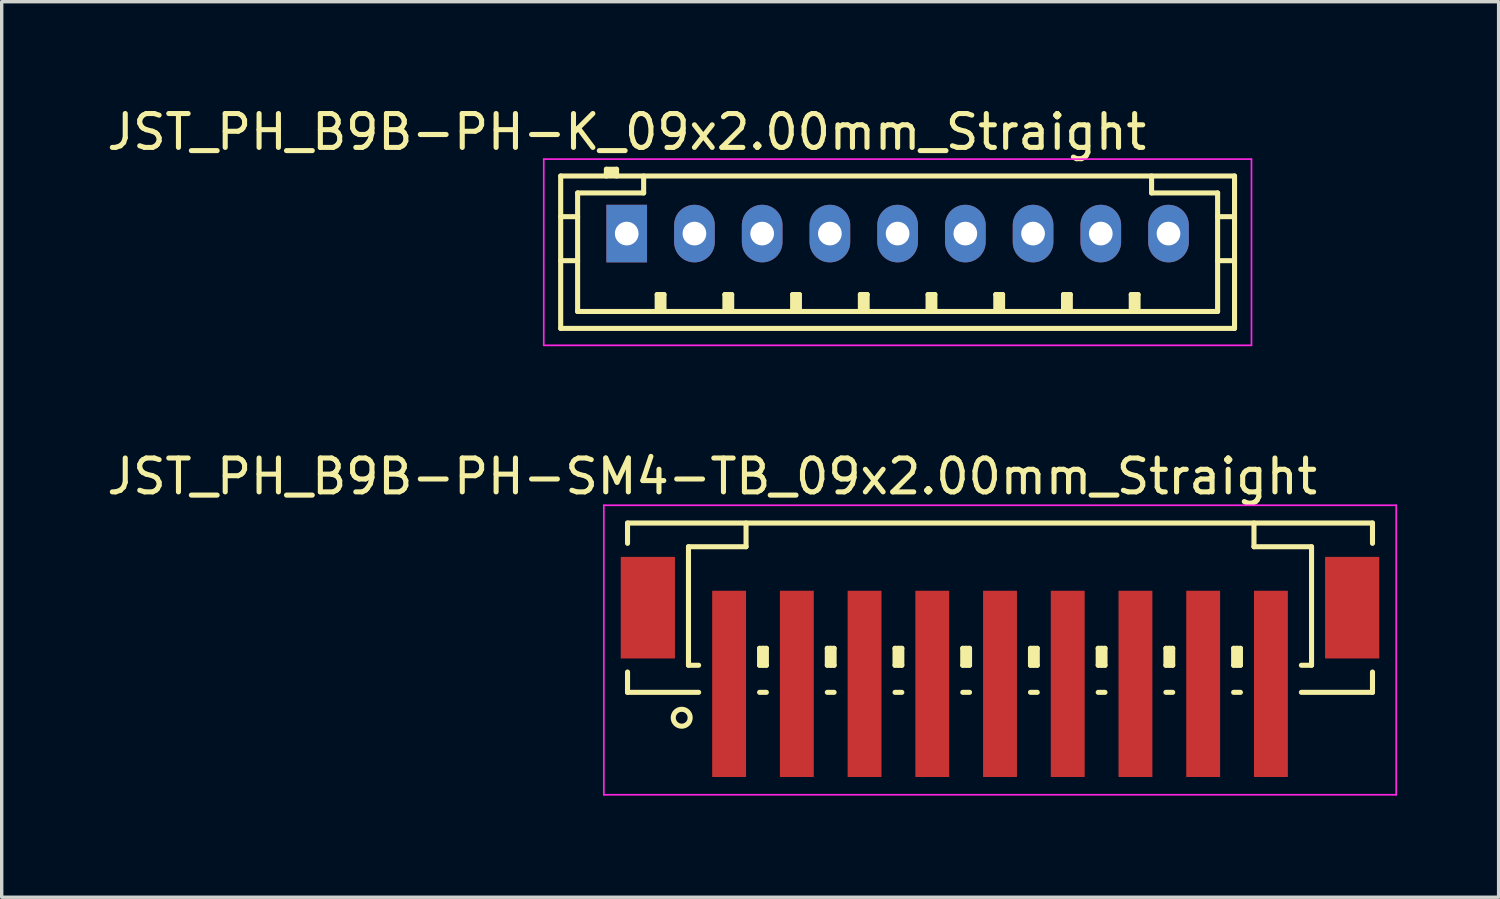
<source format=kicad_pcb>
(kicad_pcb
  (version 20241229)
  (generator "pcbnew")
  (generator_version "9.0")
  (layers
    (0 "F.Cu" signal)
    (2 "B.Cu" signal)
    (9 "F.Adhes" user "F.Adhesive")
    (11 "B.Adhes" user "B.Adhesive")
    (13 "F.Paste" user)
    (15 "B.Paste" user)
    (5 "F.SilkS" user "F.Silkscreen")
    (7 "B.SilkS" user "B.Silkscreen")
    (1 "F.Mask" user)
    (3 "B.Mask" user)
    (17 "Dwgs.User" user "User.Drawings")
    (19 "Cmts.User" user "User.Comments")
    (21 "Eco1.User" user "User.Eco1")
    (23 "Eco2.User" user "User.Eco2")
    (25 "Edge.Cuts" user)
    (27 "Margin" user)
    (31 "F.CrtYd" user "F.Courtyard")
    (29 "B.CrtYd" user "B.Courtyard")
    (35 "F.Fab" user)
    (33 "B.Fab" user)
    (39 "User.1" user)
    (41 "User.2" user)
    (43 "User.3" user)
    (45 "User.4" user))
  (footprint "JST_PH_B9B-PH-K_09x2.00mm_Straight"
    (layer "F.Cu")
    (at 15.458 3.848)
    (property "Reference" "JST_PH_B9B-PH-K_09x2.00mm_Straight" (at 0 -3 0) (layer "F.SilkS") (effects (font (size 1 1) (thickness 0.15))))
    (attr through_hole)
    (fp_line (start -1.95 -1.7) (end 17.95 -1.7) (stroke (width 0.15) (type solid)) (layer "F.SilkS"))
    (fp_line (start -1.95 -0.5) (end -1.45 -0.5) (stroke (width 0.15) (type solid)) (layer "F.SilkS"))
    (fp_line (start -1.95 0.8) (end -1.45 0.8) (stroke (width 0.15) (type solid)) (layer "F.SilkS"))
    (fp_line (start -1.95 2.8) (end -1.95 -1.7) (stroke (width 0.15) (type solid)) (layer "F.SilkS"))
    (fp_line (start -1.45 -1.2) (end -1.45 2.3) (stroke (width 0.15) (type solid)) (layer "F.SilkS"))
    (fp_line (start -1.45 2.3) (end 17.45 2.3) (stroke (width 0.15) (type solid)) (layer "F.SilkS"))
    (fp_line (start -0.6 -1.9) (end -0.6 -1.7) (stroke (width 0.15) (type solid)) (layer "F.SilkS"))
    (fp_line (start -0.3 -1.9) (end -0.6 -1.9) (stroke (width 0.15) (type solid)) (layer "F.SilkS"))
    (fp_line (start -0.3 -1.8) (end -0.6 -1.8) (stroke (width 0.15) (type solid)) (layer "F.SilkS"))
    (fp_line (start -0.3 -1.7) (end -0.3 -1.9) (stroke (width 0.15) (type solid)) (layer "F.SilkS"))
    (fp_line (start 0.5 -1.7) (end 0.5 -1.2) (stroke (width 0.15) (type solid)) (layer "F.SilkS"))
    (fp_line (start 0.5 -1.2) (end -1.45 -1.2) (stroke (width 0.15) (type solid)) (layer "F.SilkS"))
    (fp_line (start 0.9 1.8) (end 1.1 1.8) (stroke (width 0.15) (type solid)) (layer "F.SilkS"))
    (fp_line (start 0.9 2.3) (end 0.9 1.8) (stroke (width 0.15) (type solid)) (layer "F.SilkS"))
    (fp_line (start 1 2.3) (end 1 1.8) (stroke (width 0.15) (type solid)) (layer "F.SilkS"))
    (fp_line (start 1.1 1.8) (end 1.1 2.3) (stroke (width 0.15) (type solid)) (layer "F.SilkS"))
    (fp_line (start 2.9 1.8) (end 3.1 1.8) (stroke (width 0.15) (type solid)) (layer "F.SilkS"))
    (fp_line (start 2.9 2.3) (end 2.9 1.8) (stroke (width 0.15) (type solid)) (layer "F.SilkS"))
    (fp_line (start 3 2.3) (end 3 1.8) (stroke (width 0.15) (type solid)) (layer "F.SilkS"))
    (fp_line (start 3.1 1.8) (end 3.1 2.3) (stroke (width 0.15) (type solid)) (layer "F.SilkS"))
    (fp_line (start 4.9 1.8) (end 5.1 1.8) (stroke (width 0.15) (type solid)) (layer "F.SilkS"))
    (fp_line (start 4.9 2.3) (end 4.9 1.8) (stroke (width 0.15) (type solid)) (layer "F.SilkS"))
    (fp_line (start 5 2.3) (end 5 1.8) (stroke (width 0.15) (type solid)) (layer "F.SilkS"))
    (fp_line (start 5.1 1.8) (end 5.1 2.3) (stroke (width 0.15) (type solid)) (layer "F.SilkS"))
    (fp_line (start 6.9 1.8) (end 7.1 1.8) (stroke (width 0.15) (type solid)) (layer "F.SilkS"))
    (fp_line (start 6.9 2.3) (end 6.9 1.8) (stroke (width 0.15) (type solid)) (layer "F.SilkS"))
    (fp_line (start 7 2.3) (end 7 1.8) (stroke (width 0.15) (type solid)) (layer "F.SilkS"))
    (fp_line (start 7.1 1.8) (end 7.1 2.3) (stroke (width 0.15) (type solid)) (layer "F.SilkS"))
    (fp_line (start 8.9 1.8) (end 9.1 1.8) (stroke (width 0.15) (type solid)) (layer "F.SilkS"))
    (fp_line (start 8.9 2.3) (end 8.9 1.8) (stroke (width 0.15) (type solid)) (layer "F.SilkS"))
    (fp_line (start 9 2.3) (end 9 1.8) (stroke (width 0.15) (type solid)) (layer "F.SilkS"))
    (fp_line (start 9.1 1.8) (end 9.1 2.3) (stroke (width 0.15) (type solid)) (layer "F.SilkS"))
    (fp_line (start 10.9 1.8) (end 11.1 1.8) (stroke (width 0.15) (type solid)) (layer "F.SilkS"))
    (fp_line (start 10.9 2.3) (end 10.9 1.8) (stroke (width 0.15) (type solid)) (layer "F.SilkS"))
    (fp_line (start 11 2.3) (end 11 1.8) (stroke (width 0.15) (type solid)) (layer "F.SilkS"))
    (fp_line (start 11.1 1.8) (end 11.1 2.3) (stroke (width 0.15) (type solid)) (layer "F.SilkS"))
    (fp_line (start 12.9 1.8) (end 13.1 1.8) (stroke (width 0.15) (type solid)) (layer "F.SilkS"))
    (fp_line (start 12.9 2.3) (end 12.9 1.8) (stroke (width 0.15) (type solid)) (layer "F.SilkS"))
    (fp_line (start 13 2.3) (end 13 1.8) (stroke (width 0.15) (type solid)) (layer "F.SilkS"))
    (fp_line (start 13.1 1.8) (end 13.1 2.3) (stroke (width 0.15) (type solid)) (layer "F.SilkS"))
    (fp_line (start 14.9 1.8) (end 15.1 1.8) (stroke (width 0.15) (type solid)) (layer "F.SilkS"))
    (fp_line (start 14.9 2.3) (end 14.9 1.8) (stroke (width 0.15) (type solid)) (layer "F.SilkS"))
    (fp_line (start 15 2.3) (end 15 1.8) (stroke (width 0.15) (type solid)) (layer "F.SilkS"))
    (fp_line (start 15.1 1.8) (end 15.1 2.3) (stroke (width 0.15) (type solid)) (layer "F.SilkS"))
    (fp_line (start 15.5 -1.2) (end 15.5 -1.7) (stroke (width 0.15) (type solid)) (layer "F.SilkS"))
    (fp_line (start 17.45 -1.2) (end 15.5 -1.2) (stroke (width 0.15) (type solid)) (layer "F.SilkS"))
    (fp_line (start 17.45 -0.5) (end 17.95 -0.5) (stroke (width 0.15) (type solid)) (layer "F.SilkS"))
    (fp_line (start 17.45 0.8) (end 17.95 0.8) (stroke (width 0.15) (type solid)) (layer "F.SilkS"))
    (fp_line (start 17.45 2.3) (end 17.45 -1.2) (stroke (width 0.15) (type solid)) (layer "F.SilkS"))
    (fp_line (start 17.95 -1.7) (end 17.95 2.8) (stroke (width 0.15) (type solid)) (layer "F.SilkS"))
    (fp_line (start 17.95 2.8) (end -1.95 2.8) (stroke (width 0.15) (type solid)) (layer "F.SilkS"))
    (fp_line (start -2.45 -2.2) (end 18.45 -2.2) (stroke (width 0.05) (type solid)) (layer "F.CrtYd"))
    (fp_line (start -2.45 3.3) (end -2.45 -2.2) (stroke (width 0.05) (type solid)) (layer "F.CrtYd"))
    (fp_line (start 18.45 -2.2) (end 18.45 3.3) (stroke (width 0.05) (type solid)) (layer "F.CrtYd"))
    (fp_line (start 18.45 3.3) (end -2.45 3.3) (stroke (width 0.05) (type solid)) (layer "F.CrtYd"))
    (pad "1" thru_hole rect (at 0 0) (size 1.2 1.7) (drill 0.7) (layers "*.Cu" "*.Mask"))
    (pad "2" thru_hole oval (at 2 0) (size 1.2 1.7) (drill 0.7) (layers "*.Cu" "*.Mask"))
    (pad "3" thru_hole oval (at 4 0) (size 1.2 1.7) (drill 0.7) (layers "*.Cu" "*.Mask"))
    (pad "4" thru_hole oval (at 6 0) (size 1.2 1.7) (drill 0.7) (layers "*.Cu" "*.Mask"))
    (pad "5" thru_hole oval (at 8 0) (size 1.2 1.7) (drill 0.7) (layers "*.Cu" "*.Mask"))
    (pad "6" thru_hole oval (at 10 0) (size 1.2 1.7) (drill 0.7) (layers "*.Cu" "*.Mask"))
    (pad "7" thru_hole oval (at 12 0) (size 1.2 1.7) (drill 0.7) (layers "*.Cu" "*.Mask"))
    (pad "8" thru_hole oval (at 14 0) (size 1.2 1.7) (drill 0.7) (layers "*.Cu" "*.Mask"))
    (pad "9" thru_hole oval (at 16 0) (size 1.2 1.7) (drill 0.7) (layers "*.Cu" "*.Mask")))
  (footprint "JST_PH_B9B-PH-SM4-TB_09x2.00mm_Straight"
    (layer "F.Cu")
    (at 26.482 16.021)
    (property "Reference" "JST_PH_B9B-PH-SM4-TB_09x2.00mm_Straight" (at -8.5 -5 0) (layer "F.SilkS") (effects (font (size 1 1) (thickness 0.15))))
    (attr smd)
    (fp_line (start -11 -3.625) (end 11 -3.625) (stroke (width 0.15) (type solid)) (layer "F.SilkS"))
    (fp_line (start -11 -3.025) (end -11 -3.625) (stroke (width 0.15) (type solid)) (layer "F.SilkS"))
    (fp_line (start -11 0.775) (end -11 1.375) (stroke (width 0.15) (type solid)) (layer "F.SilkS"))
    (fp_line (start -11 1.375) (end -8.9 1.375) (stroke (width 0.15) (type solid)) (layer "F.SilkS"))
    (fp_line (start -9.2 -2.925) (end -9.2 0.575) (stroke (width 0.15) (type solid)) (layer "F.SilkS"))
    (fp_line (start -9.2 0.575) (end -8.9 0.575) (stroke (width 0.15) (type solid)) (layer "F.SilkS"))
    (fp_line (start -7.5 -3.625) (end -7.5 -2.925) (stroke (width 0.15) (type solid)) (layer "F.SilkS"))
    (fp_line (start -7.5 -2.925) (end -9.2 -2.925) (stroke (width 0.15) (type solid)) (layer "F.SilkS"))
    (fp_line (start -7.1 0.075) (end -6.9 0.075) (stroke (width 0.15) (type solid)) (layer "F.SilkS"))
    (fp_line (start -7.1 0.575) (end -7.1 0.075) (stroke (width 0.15) (type solid)) (layer "F.SilkS"))
    (fp_line (start -7.1 0.575) (end -6.9 0.575) (stroke (width 0.15) (type solid)) (layer "F.SilkS"))
    (fp_line (start -7.1 1.375) (end -6.9 1.375) (stroke (width 0.15) (type solid)) (layer "F.SilkS"))
    (fp_line (start -7 0.575) (end -7 0.075) (stroke (width 0.15) (type solid)) (layer "F.SilkS"))
    (fp_line (start -6.9 0.075) (end -6.9 0.575) (stroke (width 0.15) (type solid)) (layer "F.SilkS"))
    (fp_line (start -5.1 0.075) (end -4.9 0.075) (stroke (width 0.15) (type solid)) (layer "F.SilkS"))
    (fp_line (start -5.1 0.575) (end -5.1 0.075) (stroke (width 0.15) (type solid)) (layer "F.SilkS"))
    (fp_line (start -5.1 0.575) (end -4.9 0.575) (stroke (width 0.15) (type solid)) (layer "F.SilkS"))
    (fp_line (start -5.1 1.375) (end -4.9 1.375) (stroke (width 0.15) (type solid)) (layer "F.SilkS"))
    (fp_line (start -5 0.575) (end -5 0.075) (stroke (width 0.15) (type solid)) (layer "F.SilkS"))
    (fp_line (start -4.9 0.075) (end -4.9 0.575) (stroke (width 0.15) (type solid)) (layer "F.SilkS"))
    (fp_line (start -3.1 0.075) (end -2.9 0.075) (stroke (width 0.15) (type solid)) (layer "F.SilkS"))
    (fp_line (start -3.1 0.575) (end -3.1 0.075) (stroke (width 0.15) (type solid)) (layer "F.SilkS"))
    (fp_line (start -3.1 0.575) (end -2.9 0.575) (stroke (width 0.15) (type solid)) (layer "F.SilkS"))
    (fp_line (start -3.1 1.375) (end -2.9 1.375) (stroke (width 0.15) (type solid)) (layer "F.SilkS"))
    (fp_line (start -3 0.575) (end -3 0.075) (stroke (width 0.15) (type solid)) (layer "F.SilkS"))
    (fp_line (start -2.9 0.075) (end -2.9 0.575) (stroke (width 0.15) (type solid)) (layer "F.SilkS"))
    (fp_line (start -1.1 0.075) (end -0.9 0.075) (stroke (width 0.15) (type solid)) (layer "F.SilkS"))
    (fp_line (start -1.1 0.575) (end -1.1 0.075) (stroke (width 0.15) (type solid)) (layer "F.SilkS"))
    (fp_line (start -1.1 0.575) (end -0.9 0.575) (stroke (width 0.15) (type solid)) (layer "F.SilkS"))
    (fp_line (start -1.1 1.375) (end -0.9 1.375) (stroke (width 0.15) (type solid)) (layer "F.SilkS"))
    (fp_line (start -1 0.575) (end -1 0.075) (stroke (width 0.15) (type solid)) (layer "F.SilkS"))
    (fp_line (start -0.9 0.075) (end -0.9 0.575) (stroke (width 0.15) (type solid)) (layer "F.SilkS"))
    (fp_line (start 0.9 0.075) (end 1.1 0.075) (stroke (width 0.15) (type solid)) (layer "F.SilkS"))
    (fp_line (start 0.9 0.575) (end 0.9 0.075) (stroke (width 0.15) (type solid)) (layer "F.SilkS"))
    (fp_line (start 0.9 0.575) (end 1.1 0.575) (stroke (width 0.15) (type solid)) (layer "F.SilkS"))
    (fp_line (start 0.9 1.375) (end 1.1 1.375) (stroke (width 0.15) (type solid)) (layer "F.SilkS"))
    (fp_line (start 1 0.575) (end 1 0.075) (stroke (width 0.15) (type solid)) (layer "F.SilkS"))
    (fp_line (start 1.1 0.075) (end 1.1 0.575) (stroke (width 0.15) (type solid)) (layer "F.SilkS"))
    (fp_line (start 2.9 0.075) (end 3.1 0.075) (stroke (width 0.15) (type solid)) (layer "F.SilkS"))
    (fp_line (start 2.9 0.575) (end 2.9 0.075) (stroke (width 0.15) (type solid)) (layer "F.SilkS"))
    (fp_line (start 2.9 0.575) (end 3.1 0.575) (stroke (width 0.15) (type solid)) (layer "F.SilkS"))
    (fp_line (start 2.9 1.375) (end 3.1 1.375) (stroke (width 0.15) (type solid)) (layer "F.SilkS"))
    (fp_line (start 3 0.575) (end 3 0.075) (stroke (width 0.15) (type solid)) (layer "F.SilkS"))
    (fp_line (start 3.1 0.075) (end 3.1 0.575) (stroke (width 0.15) (type solid)) (layer "F.SilkS"))
    (fp_line (start 4.9 0.075) (end 5.1 0.075) (stroke (width 0.15) (type solid)) (layer "F.SilkS"))
    (fp_line (start 4.9 0.575) (end 4.9 0.075) (stroke (width 0.15) (type solid)) (layer "F.SilkS"))
    (fp_line (start 4.9 0.575) (end 5.1 0.575) (stroke (width 0.15) (type solid)) (layer "F.SilkS"))
    (fp_line (start 4.9 1.375) (end 5.1 1.375) (stroke (width 0.15) (type solid)) (layer "F.SilkS"))
    (fp_line (start 5 0.575) (end 5 0.075) (stroke (width 0.15) (type solid)) (layer "F.SilkS"))
    (fp_line (start 5.1 0.075) (end 5.1 0.575) (stroke (width 0.15) (type solid)) (layer "F.SilkS"))
    (fp_line (start 6.9 0.075) (end 7.1 0.075) (stroke (width 0.15) (type solid)) (layer "F.SilkS"))
    (fp_line (start 6.9 0.575) (end 6.9 0.075) (stroke (width 0.15) (type solid)) (layer "F.SilkS"))
    (fp_line (start 6.9 0.575) (end 7.1 0.575) (stroke (width 0.15) (type solid)) (layer "F.SilkS"))
    (fp_line (start 6.9 1.375) (end 7.1 1.375) (stroke (width 0.15) (type solid)) (layer "F.SilkS"))
    (fp_line (start 7 0.575) (end 7 0.075) (stroke (width 0.15) (type solid)) (layer "F.SilkS"))
    (fp_line (start 7.1 0.075) (end 7.1 0.575) (stroke (width 0.15) (type solid)) (layer "F.SilkS"))
    (fp_line (start 7.5 -3.625) (end 7.5 -2.925) (stroke (width 0.15) (type solid)) (layer "F.SilkS"))
    (fp_line (start 7.5 -2.925) (end 9.2 -2.925) (stroke (width 0.15) (type solid)) (layer "F.SilkS"))
    (fp_line (start 9.2 -2.925) (end 9.2 0.575) (stroke (width 0.15) (type solid)) (layer "F.SilkS"))
    (fp_line (start 9.2 0.575) (end 8.9 0.575) (stroke (width 0.15) (type solid)) (layer "F.SilkS"))
    (fp_line (start 11 -3.625) (end 11 -3.025) (stroke (width 0.15) (type solid)) (layer "F.SilkS"))
    (fp_line (start 11 0.775) (end 11 1.375) (stroke (width 0.15) (type solid)) (layer "F.SilkS"))
    (fp_line (start 11 1.375) (end 8.9 1.375) (stroke (width 0.15) (type solid)) (layer "F.SilkS"))
    (fp_circle (center -9.4 2.125) (end -9.15 2.125) (stroke (width 0.15) (type solid)) (fill no) (layer "F.SilkS"))
    (fp_line (start -11.7 -4.15) (end 11.7 -4.15) (stroke (width 0.05) (type solid)) (layer "F.CrtYd"))
    (fp_line (start -11.7 4.4) (end -11.7 -4.15) (stroke (width 0.05) (type solid)) (layer "F.CrtYd"))
    (fp_line (start 11.7 -4.15) (end 11.7 4.4) (stroke (width 0.05) (type solid)) (layer "F.CrtYd"))
    (fp_line (start 11.7 4.4) (end -11.7 4.4) (stroke (width 0.05) (type solid)) (layer "F.CrtYd"))
    (pad "" smd rect (at -10.4 -1.125) (size 1.6 3) (layers "F.Cu" "F.Mask" "F.Paste"))
    (pad "" smd rect (at 10.4 -1.125) (size 1.6 3) (layers "F.Cu" "F.Mask" "F.Paste"))
    (pad "1" smd rect (at -8 1.125) (size 1 5.5) (layers "F.Cu" "F.Mask" "F.Paste"))
    (pad "2" smd rect (at -6 1.125) (size 1 5.5) (layers "F.Cu" "F.Mask" "F.Paste"))
    (pad "3" smd rect (at -4 1.125) (size 1 5.5) (layers "F.Cu" "F.Mask" "F.Paste"))
    (pad "4" smd rect (at -2 1.125) (size 1 5.5) (layers "F.Cu" "F.Mask" "F.Paste"))
    (pad "5" smd rect (at 0 1.125) (size 1 5.5) (layers "F.Cu" "F.Mask" "F.Paste"))
    (pad "6" smd rect (at 2 1.125) (size 1 5.5) (layers "F.Cu" "F.Mask" "F.Paste"))
    (pad "7" smd rect (at 4 1.125) (size 1 5.5) (layers "F.Cu" "F.Mask" "F.Paste"))
    (pad "8" smd rect (at 6 1.125) (size 1 5.5) (layers "F.Cu" "F.Mask" "F.Paste"))
    (pad "9" smd rect (at 8 1.125) (size 1 5.5) (layers "F.Cu" "F.Mask" "F.Paste")))
  (gr_rect
    (start -3 -3)
    (end 41.207 23.447)
    (stroke (width 0.1) (type default))
    (fill no)
    (layer "Edge.Cuts")))
</source>
